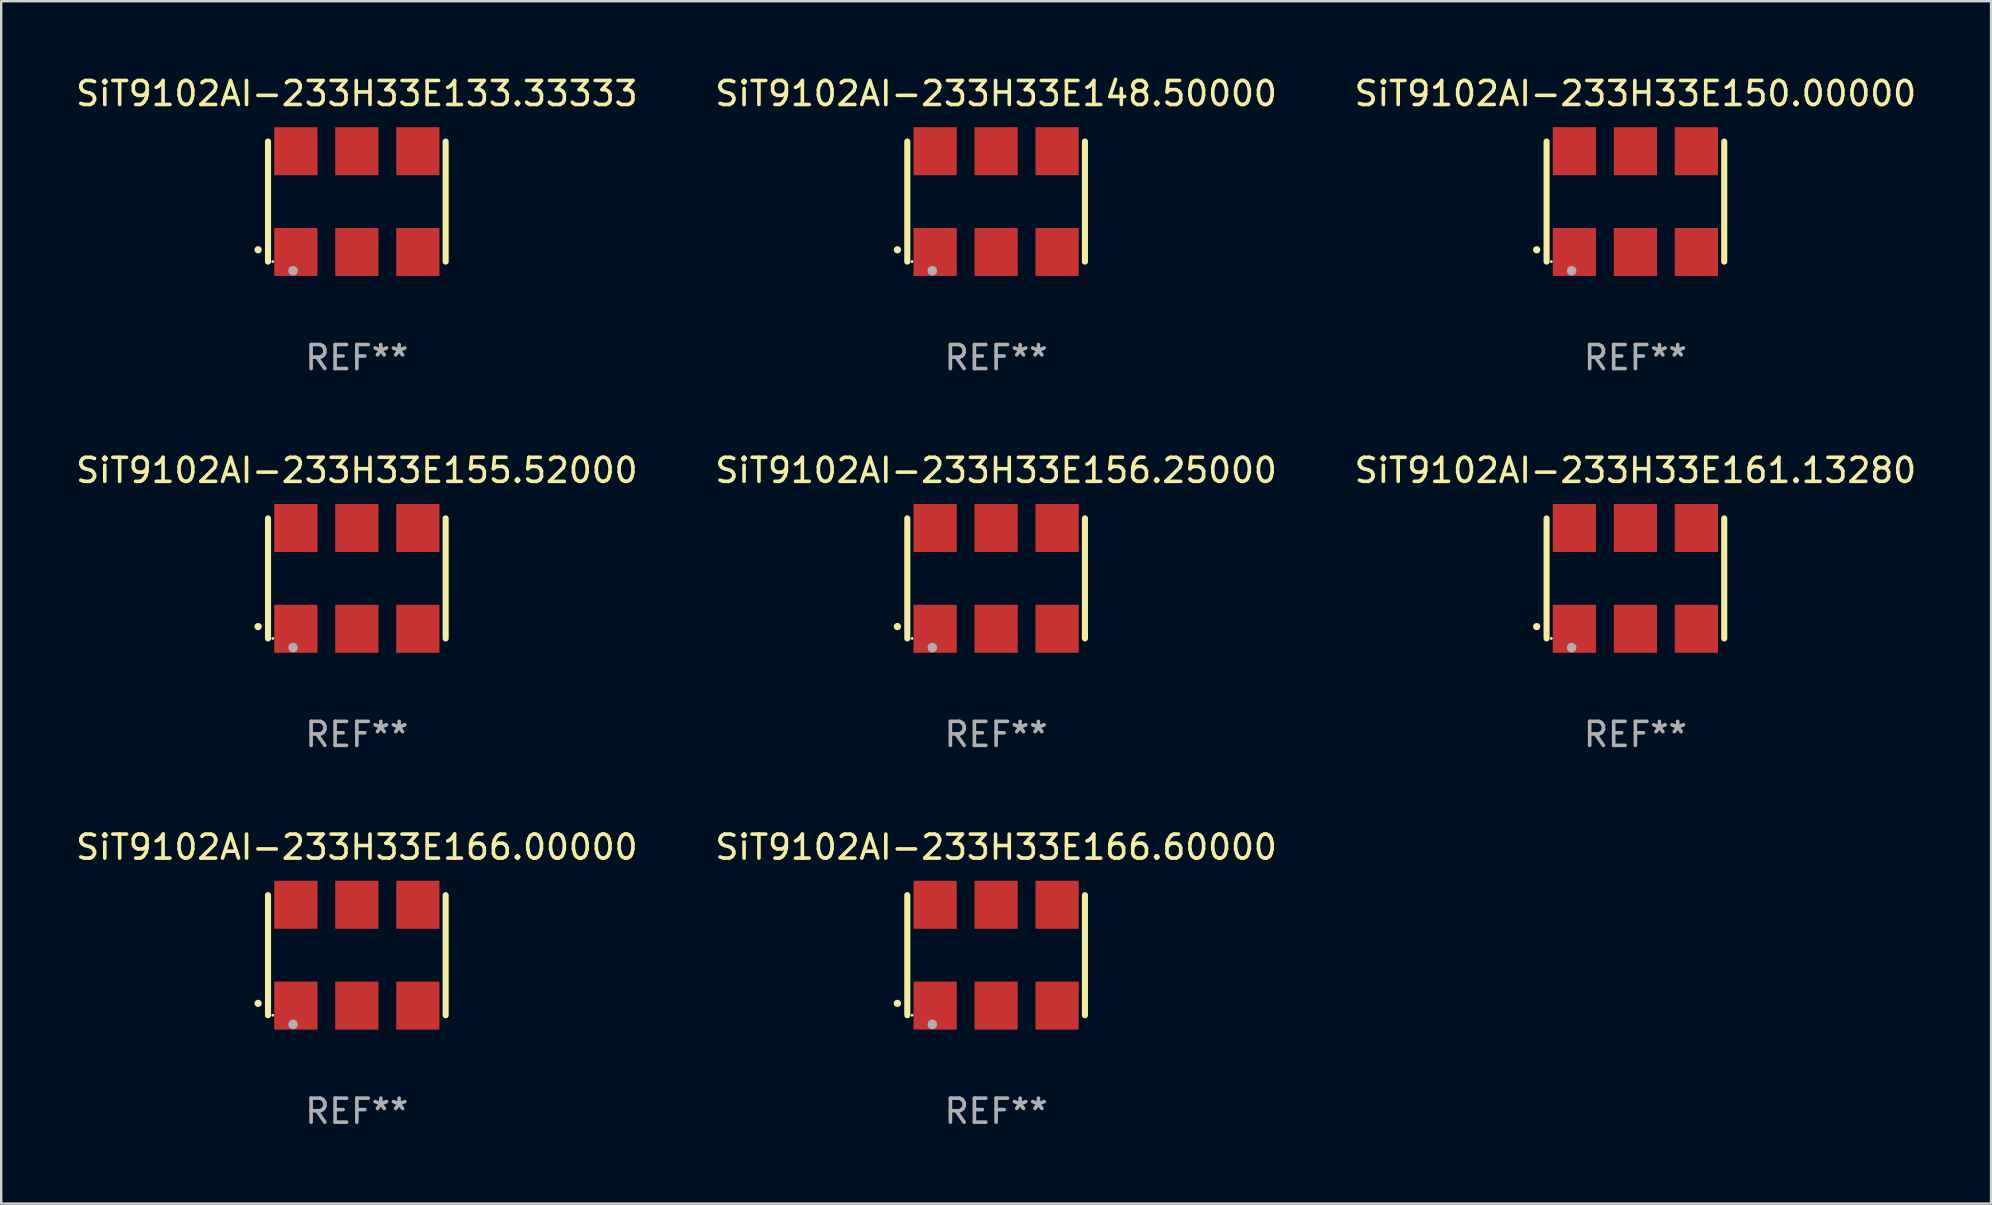
<source format=kicad_pcb>
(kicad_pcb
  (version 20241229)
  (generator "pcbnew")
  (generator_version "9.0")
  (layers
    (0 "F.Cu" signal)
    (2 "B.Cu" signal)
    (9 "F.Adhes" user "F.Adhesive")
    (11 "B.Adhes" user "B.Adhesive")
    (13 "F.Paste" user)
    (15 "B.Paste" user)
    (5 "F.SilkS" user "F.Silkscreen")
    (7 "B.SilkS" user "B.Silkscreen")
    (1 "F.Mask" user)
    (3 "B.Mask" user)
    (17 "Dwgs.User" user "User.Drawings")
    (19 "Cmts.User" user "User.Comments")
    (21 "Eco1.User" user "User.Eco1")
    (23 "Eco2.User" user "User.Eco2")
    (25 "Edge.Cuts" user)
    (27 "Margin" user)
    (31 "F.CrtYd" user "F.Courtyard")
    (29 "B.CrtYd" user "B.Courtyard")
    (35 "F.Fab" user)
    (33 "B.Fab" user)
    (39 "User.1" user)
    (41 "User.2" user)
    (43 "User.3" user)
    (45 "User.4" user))
  (footprint "SiT9102AI-233H33E133.33333"
    (layer "F.Cu")
    (at 11.815 5.348)
    (property "Reference" "SiT9102AI-233H33E133.33333" (at 0 -4.5 0) (layer "F.SilkS") (effects (font (size 1 1) (thickness 0.15))))
    (attr through_hole)
    (fp_line (start -3.7 -2.5) (end -3.7 2.5) (stroke (width 0.254) (type solid)) (layer "F.SilkS"))
    (fp_line (start 3.7 -2.5) (end 3.7 2.5) (stroke (width 0.254) (type solid)) (layer "F.SilkS"))
    (fp_arc (start -4.114415 2.006604) (mid -4.113145 2.006599) (end -4.111875 2.006604) (stroke (width 0.3) (type solid)) (layer "F.SilkS"))
    (fp_circle (center -3.502 2.5) (end -3.472 2.5) (stroke (width 0.06) (type solid)) (fill no) (layer "F.SilkS"))
    (fp_circle (center -2.657 2.882) (end -2.557 2.882) (stroke (width 0.2) (type solid)) (fill no) (layer "F.Fab"))
    (fp_text user "REF**" (at 0 6.5 0) (layer "F.Fab") (effects (font (size 1 1) (thickness 0.15))))
    (pad "1" smd rect (at -2.54 2.1) (size 1.8 2) (layers "F.Cu" "F.Mask" "F.Paste"))
    (pad "2" smd rect (at 0.000394 2.1) (size 1.8 2) (layers "F.Cu" "F.Mask" "F.Paste"))
    (pad "3" smd rect (at 2.54 2.1) (size 1.8 2) (layers "F.Cu" "F.Mask" "F.Paste"))
    (pad "4" smd rect (at 2.54 -2.1) (size 1.8 2) (layers "F.Cu" "F.Mask" "F.Paste"))
    (pad "5" smd rect (at 0.000394 -2.1) (size 1.8 2) (layers "F.Cu" "F.Mask" "F.Paste"))
    (pad "6" smd rect (at -2.54 -2.1) (size 1.8 2) (layers "F.Cu" "F.Mask" "F.Paste")))
  (footprint "SiT9102AI-233H33E150.00000"
    (layer "F.Cu")
    (at 65.077 5.348)
    (property "Reference" "SiT9102AI-233H33E150.00000" (at 0 -4.5 0) (layer "F.SilkS") (effects (font (size 1 1) (thickness 0.15))))
    (attr through_hole)
    (fp_line (start -3.7 -2.5) (end -3.7 2.5) (stroke (width 0.254) (type solid)) (layer "F.SilkS"))
    (fp_line (start 3.7 -2.5) (end 3.7 2.5) (stroke (width 0.254) (type solid)) (layer "F.SilkS"))
    (fp_arc (start -4.114415 2.006604) (mid -4.113145 2.006599) (end -4.111875 2.006604) (stroke (width 0.3) (type solid)) (layer "F.SilkS"))
    (fp_circle (center -3.502 2.5) (end -3.472 2.5) (stroke (width 0.06) (type solid)) (fill no) (layer "F.SilkS"))
    (fp_circle (center -2.657 2.882) (end -2.557 2.882) (stroke (width 0.2) (type solid)) (fill no) (layer "F.Fab"))
    (fp_text user "REF**" (at 0 6.5 0) (layer "F.Fab") (effects (font (size 1 1) (thickness 0.15))))
    (pad "1" smd rect (at -2.54 2.1) (size 1.8 2) (layers "F.Cu" "F.Mask" "F.Paste"))
    (pad "2" smd rect (at 0.000394 2.1) (size 1.8 2) (layers "F.Cu" "F.Mask" "F.Paste"))
    (pad "3" smd rect (at 2.54 2.1) (size 1.8 2) (layers "F.Cu" "F.Mask" "F.Paste"))
    (pad "4" smd rect (at 2.54 -2.1) (size 1.8 2) (layers "F.Cu" "F.Mask" "F.Paste"))
    (pad "5" smd rect (at 0.000394 -2.1) (size 1.8 2) (layers "F.Cu" "F.Mask" "F.Paste"))
    (pad "6" smd rect (at -2.54 -2.1) (size 1.8 2) (layers "F.Cu" "F.Mask" "F.Paste")))
  (footprint "SiT9102AI-233H33E161.13280"
    (layer "F.Cu")
    (at 65.077 21.045)
    (property "Reference" "SiT9102AI-233H33E161.13280" (at 0 -4.5 0) (layer "F.SilkS") (effects (font (size 1 1) (thickness 0.15))))
    (attr through_hole)
    (fp_line (start -3.7 -2.5) (end -3.7 2.5) (stroke (width 0.254) (type solid)) (layer "F.SilkS"))
    (fp_line (start 3.7 -2.5) (end 3.7 2.5) (stroke (width 0.254) (type solid)) (layer "F.SilkS"))
    (fp_arc (start -4.114415 2.006604) (mid -4.113145 2.006599) (end -4.111875 2.006604) (stroke (width 0.3) (type solid)) (layer "F.SilkS"))
    (fp_circle (center -3.502 2.5) (end -3.472 2.5) (stroke (width 0.06) (type solid)) (fill no) (layer "F.SilkS"))
    (fp_circle (center -2.657 2.882) (end -2.557 2.882) (stroke (width 0.2) (type solid)) (fill no) (layer "F.Fab"))
    (fp_text user "REF**" (at 0 6.5 0) (layer "F.Fab") (effects (font (size 1 1) (thickness 0.15))))
    (pad "1" smd rect (at -2.54 2.1) (size 1.8 2) (layers "F.Cu" "F.Mask" "F.Paste"))
    (pad "2" smd rect (at 0.000394 2.1) (size 1.8 2) (layers "F.Cu" "F.Mask" "F.Paste"))
    (pad "3" smd rect (at 2.54 2.1) (size 1.8 2) (layers "F.Cu" "F.Mask" "F.Paste"))
    (pad "4" smd rect (at 2.54 -2.1) (size 1.8 2) (layers "F.Cu" "F.Mask" "F.Paste"))
    (pad "5" smd rect (at 0.000394 -2.1) (size 1.8 2) (layers "F.Cu" "F.Mask" "F.Paste"))
    (pad "6" smd rect (at -2.54 -2.1) (size 1.8 2) (layers "F.Cu" "F.Mask" "F.Paste")))
  (footprint "SiT9102AI-233H33E148.50000"
    (layer "F.Cu")
    (at 38.446 5.348)
    (property "Reference" "SiT9102AI-233H33E148.50000" (at 0 -4.5 0) (layer "F.SilkS") (effects (font (size 1 1) (thickness 0.15))))
    (attr through_hole)
    (fp_line (start -3.7 -2.5) (end -3.7 2.5) (stroke (width 0.254) (type solid)) (layer "F.SilkS"))
    (fp_line (start 3.7 -2.5) (end 3.7 2.5) (stroke (width 0.254) (type solid)) (layer "F.SilkS"))
    (fp_arc (start -4.114415 2.006604) (mid -4.113145 2.006599) (end -4.111875 2.006604) (stroke (width 0.3) (type solid)) (layer "F.SilkS"))
    (fp_circle (center -3.502 2.5) (end -3.472 2.5) (stroke (width 0.06) (type solid)) (fill no) (layer "F.SilkS"))
    (fp_circle (center -2.657 2.882) (end -2.557 2.882) (stroke (width 0.2) (type solid)) (fill no) (layer "F.Fab"))
    (fp_text user "REF**" (at 0 6.5 0) (layer "F.Fab") (effects (font (size 1 1) (thickness 0.15))))
    (pad "1" smd rect (at -2.54 2.1) (size 1.8 2) (layers "F.Cu" "F.Mask" "F.Paste"))
    (pad "2" smd rect (at 0.000394 2.1) (size 1.8 2) (layers "F.Cu" "F.Mask" "F.Paste"))
    (pad "3" smd rect (at 2.54 2.1) (size 1.8 2) (layers "F.Cu" "F.Mask" "F.Paste"))
    (pad "4" smd rect (at 2.54 -2.1) (size 1.8 2) (layers "F.Cu" "F.Mask" "F.Paste"))
    (pad "5" smd rect (at 0.000394 -2.1) (size 1.8 2) (layers "F.Cu" "F.Mask" "F.Paste"))
    (pad "6" smd rect (at -2.54 -2.1) (size 1.8 2) (layers "F.Cu" "F.Mask" "F.Paste")))
  (footprint "SiT9102AI-233H33E155.52000"
    (layer "F.Cu")
    (at 11.815 21.045)
    (property "Reference" "SiT9102AI-233H33E155.52000" (at 0 -4.5 0) (layer "F.SilkS") (effects (font (size 1 1) (thickness 0.15))))
    (attr through_hole)
    (fp_line (start -3.7 -2.5) (end -3.7 2.5) (stroke (width 0.254) (type solid)) (layer "F.SilkS"))
    (fp_line (start 3.7 -2.5) (end 3.7 2.5) (stroke (width 0.254) (type solid)) (layer "F.SilkS"))
    (fp_arc (start -4.114415 2.006604) (mid -4.113145 2.006599) (end -4.111875 2.006604) (stroke (width 0.3) (type solid)) (layer "F.SilkS"))
    (fp_circle (center -3.502 2.5) (end -3.472 2.5) (stroke (width 0.06) (type solid)) (fill no) (layer "F.SilkS"))
    (fp_circle (center -2.657 2.882) (end -2.557 2.882) (stroke (width 0.2) (type solid)) (fill no) (layer "F.Fab"))
    (fp_text user "REF**" (at 0 6.5 0) (layer "F.Fab") (effects (font (size 1 1) (thickness 0.15))))
    (pad "1" smd rect (at -2.54 2.1) (size 1.8 2) (layers "F.Cu" "F.Mask" "F.Paste"))
    (pad "2" smd rect (at 0.000394 2.1) (size 1.8 2) (layers "F.Cu" "F.Mask" "F.Paste"))
    (pad "3" smd rect (at 2.54 2.1) (size 1.8 2) (layers "F.Cu" "F.Mask" "F.Paste"))
    (pad "4" smd rect (at 2.54 -2.1) (size 1.8 2) (layers "F.Cu" "F.Mask" "F.Paste"))
    (pad "5" smd rect (at 0.000394 -2.1) (size 1.8 2) (layers "F.Cu" "F.Mask" "F.Paste"))
    (pad "6" smd rect (at -2.54 -2.1) (size 1.8 2) (layers "F.Cu" "F.Mask" "F.Paste")))
  (footprint "SiT9102AI-233H33E166.00000"
    (layer "F.Cu")
    (at 11.815 36.741)
    (property "Reference" "SiT9102AI-233H33E166.00000" (at 0 -4.5 0) (layer "F.SilkS") (effects (font (size 1 1) (thickness 0.15))))
    (attr through_hole)
    (fp_line (start -3.7 -2.5) (end -3.7 2.5) (stroke (width 0.254) (type solid)) (layer "F.SilkS"))
    (fp_line (start 3.7 -2.5) (end 3.7 2.5) (stroke (width 0.254) (type solid)) (layer "F.SilkS"))
    (fp_arc (start -4.114415 2.006604) (mid -4.113145 2.006599) (end -4.111875 2.006604) (stroke (width 0.3) (type solid)) (layer "F.SilkS"))
    (fp_circle (center -3.502 2.5) (end -3.472 2.5) (stroke (width 0.06) (type solid)) (fill no) (layer "F.SilkS"))
    (fp_circle (center -2.657 2.882) (end -2.557 2.882) (stroke (width 0.2) (type solid)) (fill no) (layer "F.Fab"))
    (fp_text user "REF**" (at 0 6.5 0) (layer "F.Fab") (effects (font (size 1 1) (thickness 0.15))))
    (pad "1" smd rect (at -2.54 2.1) (size 1.8 2) (layers "F.Cu" "F.Mask" "F.Paste"))
    (pad "2" smd rect (at 0.000394 2.1) (size 1.8 2) (layers "F.Cu" "F.Mask" "F.Paste"))
    (pad "3" smd rect (at 2.54 2.1) (size 1.8 2) (layers "F.Cu" "F.Mask" "F.Paste"))
    (pad "4" smd rect (at 2.54 -2.1) (size 1.8 2) (layers "F.Cu" "F.Mask" "F.Paste"))
    (pad "5" smd rect (at 0.000394 -2.1) (size 1.8 2) (layers "F.Cu" "F.Mask" "F.Paste"))
    (pad "6" smd rect (at -2.54 -2.1) (size 1.8 2) (layers "F.Cu" "F.Mask" "F.Paste")))
  (footprint "SiT9102AI-233H33E156.25000"
    (layer "F.Cu")
    (at 38.446 21.045)
    (property "Reference" "SiT9102AI-233H33E156.25000" (at 0 -4.5 0) (layer "F.SilkS") (effects (font (size 1 1) (thickness 0.15))))
    (attr through_hole)
    (fp_line (start -3.7 -2.5) (end -3.7 2.5) (stroke (width 0.254) (type solid)) (layer "F.SilkS"))
    (fp_line (start 3.7 -2.5) (end 3.7 2.5) (stroke (width 0.254) (type solid)) (layer "F.SilkS"))
    (fp_arc (start -4.114415 2.006604) (mid -4.113145 2.006599) (end -4.111875 2.006604) (stroke (width 0.3) (type solid)) (layer "F.SilkS"))
    (fp_circle (center -3.502 2.5) (end -3.472 2.5) (stroke (width 0.06) (type solid)) (fill no) (layer "F.SilkS"))
    (fp_circle (center -2.657 2.882) (end -2.557 2.882) (stroke (width 0.2) (type solid)) (fill no) (layer "F.Fab"))
    (fp_text user "REF**" (at 0 6.5 0) (layer "F.Fab") (effects (font (size 1 1) (thickness 0.15))))
    (pad "1" smd rect (at -2.54 2.1) (size 1.8 2) (layers "F.Cu" "F.Mask" "F.Paste"))
    (pad "2" smd rect (at 0.000394 2.1) (size 1.8 2) (layers "F.Cu" "F.Mask" "F.Paste"))
    (pad "3" smd rect (at 2.54 2.1) (size 1.8 2) (layers "F.Cu" "F.Mask" "F.Paste"))
    (pad "4" smd rect (at 2.54 -2.1) (size 1.8 2) (layers "F.Cu" "F.Mask" "F.Paste"))
    (pad "5" smd rect (at 0.000394 -2.1) (size 1.8 2) (layers "F.Cu" "F.Mask" "F.Paste"))
    (pad "6" smd rect (at -2.54 -2.1) (size 1.8 2) (layers "F.Cu" "F.Mask" "F.Paste")))
  (footprint "SiT9102AI-233H33E166.60000"
    (layer "F.Cu")
    (at 38.446 36.741)
    (property "Reference" "SiT9102AI-233H33E166.60000" (at 0 -4.5 0) (layer "F.SilkS") (effects (font (size 1 1) (thickness 0.15))))
    (attr through_hole)
    (fp_line (start -3.7 -2.5) (end -3.7 2.5) (stroke (width 0.254) (type solid)) (layer "F.SilkS"))
    (fp_line (start 3.7 -2.5) (end 3.7 2.5) (stroke (width 0.254) (type solid)) (layer "F.SilkS"))
    (fp_arc (start -4.114415 2.006604) (mid -4.113145 2.006599) (end -4.111875 2.006604) (stroke (width 0.3) (type solid)) (layer "F.SilkS"))
    (fp_circle (center -3.502 2.5) (end -3.472 2.5) (stroke (width 0.06) (type solid)) (fill no) (layer "F.SilkS"))
    (fp_circle (center -2.657 2.882) (end -2.557 2.882) (stroke (width 0.2) (type solid)) (fill no) (layer "F.Fab"))
    (fp_text user "REF**" (at 0 6.5 0) (layer "F.Fab") (effects (font (size 1 1) (thickness 0.15))))
    (pad "1" smd rect (at -2.54 2.1) (size 1.8 2) (layers "F.Cu" "F.Mask" "F.Paste"))
    (pad "2" smd rect (at 0.000394 2.1) (size 1.8 2) (layers "F.Cu" "F.Mask" "F.Paste"))
    (pad "3" smd rect (at 2.54 2.1) (size 1.8 2) (layers "F.Cu" "F.Mask" "F.Paste"))
    (pad "4" smd rect (at 2.54 -2.1) (size 1.8 2) (layers "F.Cu" "F.Mask" "F.Paste"))
    (pad "5" smd rect (at 0.000394 -2.1) (size 1.8 2) (layers "F.Cu" "F.Mask" "F.Paste"))
    (pad "6" smd rect (at -2.54 -2.1) (size 1.8 2) (layers "F.Cu" "F.Mask" "F.Paste")))
  (gr_rect
    (start -3 -3)
    (end 79.893 47.09)
    (stroke (width 0.1) (type default))
    (fill no)
    (layer "Edge.Cuts")))
</source>
